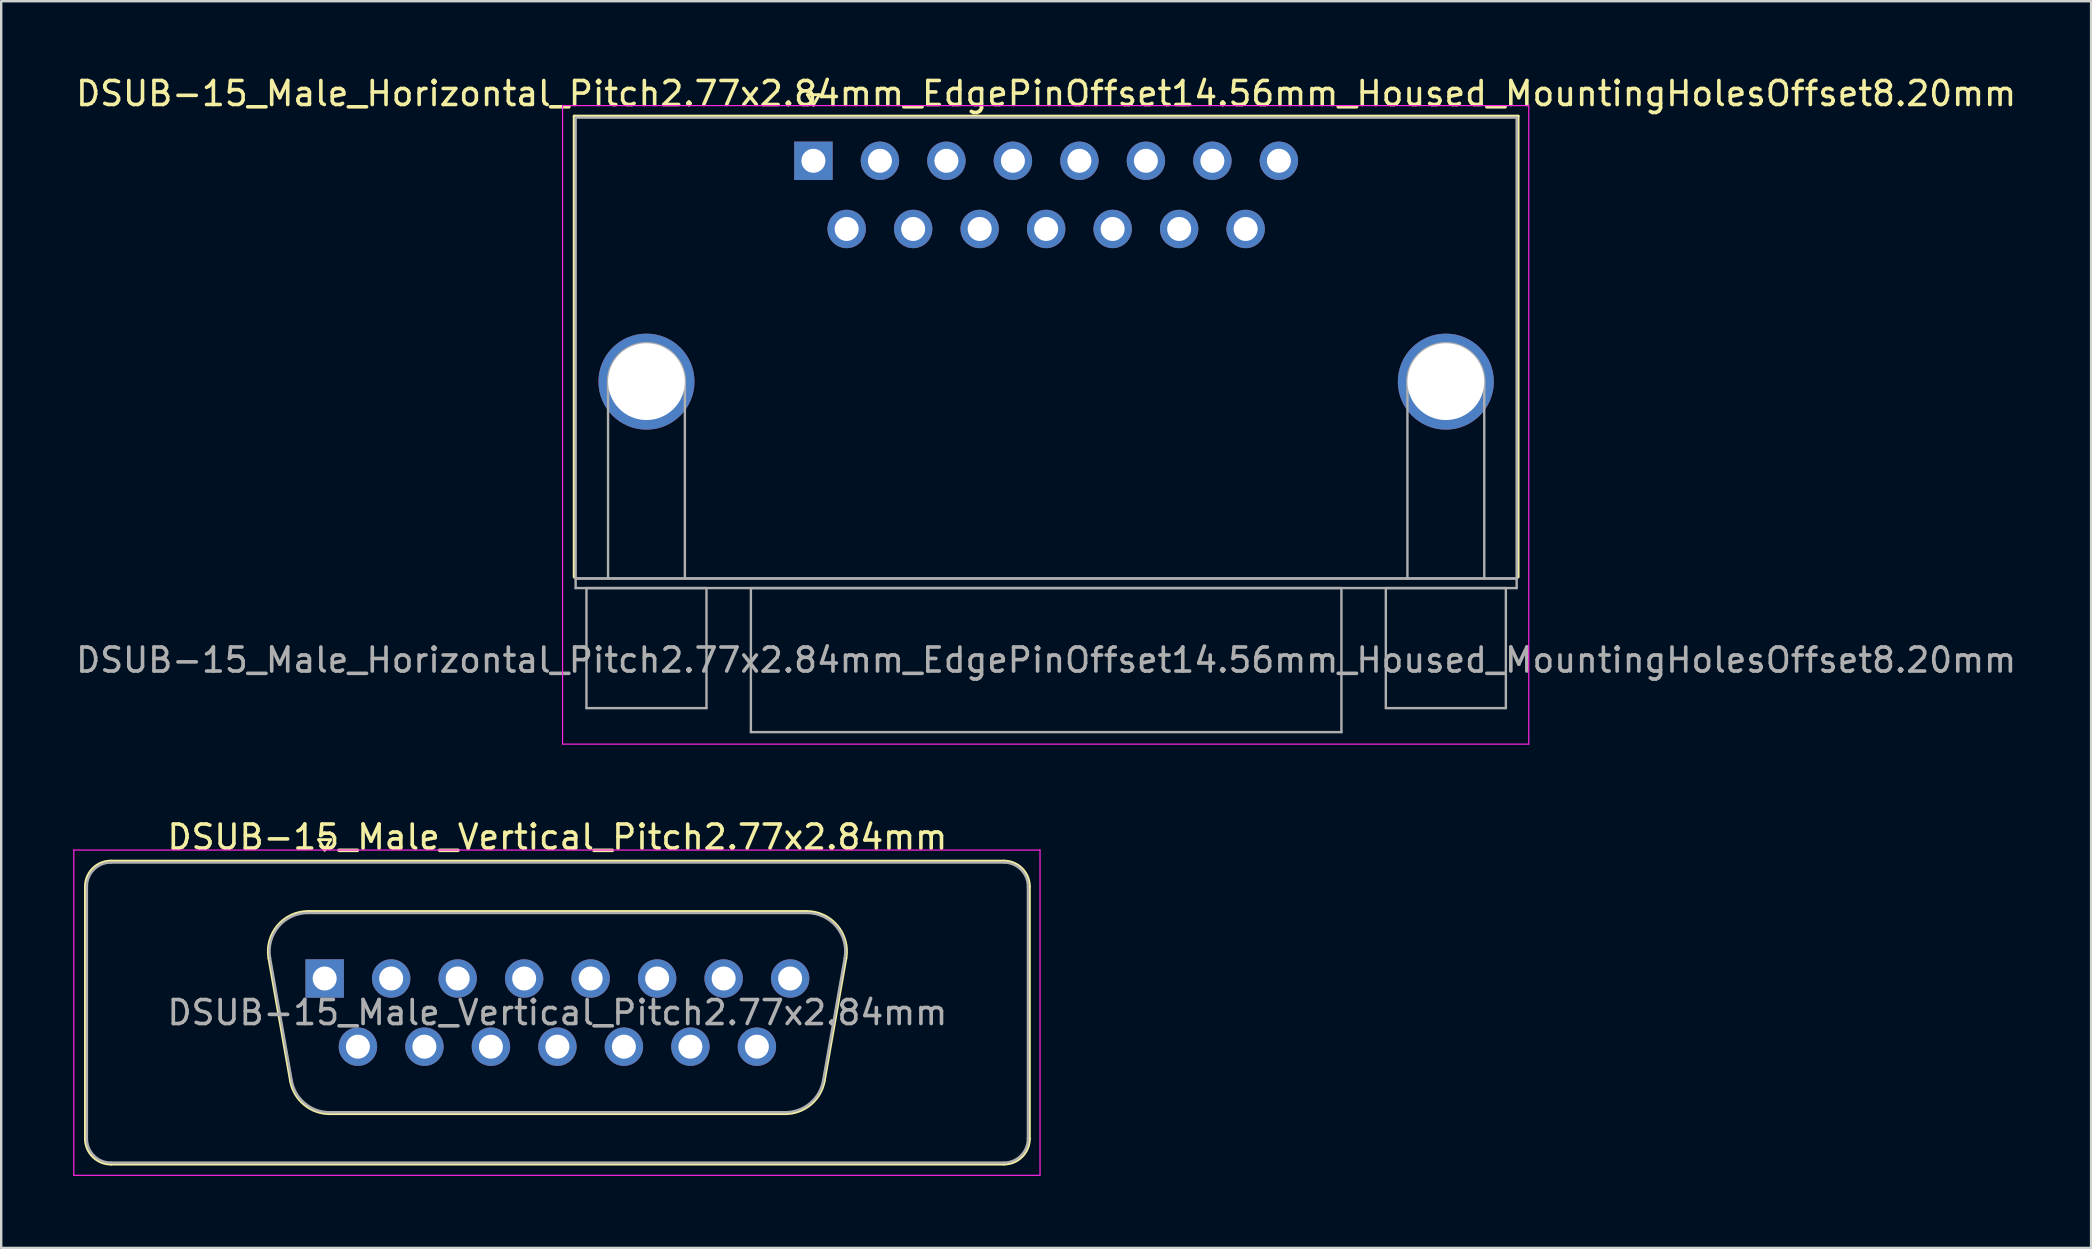
<source format=kicad_pcb>
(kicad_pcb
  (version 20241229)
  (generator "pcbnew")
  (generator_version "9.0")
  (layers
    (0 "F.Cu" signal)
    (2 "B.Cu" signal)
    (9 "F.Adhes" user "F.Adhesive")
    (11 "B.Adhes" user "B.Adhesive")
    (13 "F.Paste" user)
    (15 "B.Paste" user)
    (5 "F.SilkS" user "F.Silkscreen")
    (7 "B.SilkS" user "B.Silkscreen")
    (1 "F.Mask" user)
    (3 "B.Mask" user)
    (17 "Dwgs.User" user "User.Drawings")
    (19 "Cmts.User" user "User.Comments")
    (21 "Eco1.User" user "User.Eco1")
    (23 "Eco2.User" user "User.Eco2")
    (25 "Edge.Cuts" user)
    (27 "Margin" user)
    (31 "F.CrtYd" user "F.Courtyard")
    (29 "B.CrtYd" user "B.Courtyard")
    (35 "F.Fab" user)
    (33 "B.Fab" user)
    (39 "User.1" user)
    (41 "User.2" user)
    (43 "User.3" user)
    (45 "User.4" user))
  (footprint "DSUB-15_Male_Vertical_Pitch2.77x2.84mm"
    (layer "F.Cu")
    (at 10.475 37.712)
    (property "Reference" "DSUB-15_Male_Vertical_Pitch2.77x2.84mm" (at 9.695 -5.89 0) (layer "F.SilkS") (effects (font (size 1 1) (thickness 0.15))))
    (attr through_hole)
    (fp_line (start -9.965 6.67) (end -9.965 -3.83) (stroke (width 0.12) (type solid)) (layer "F.SilkS"))
    (fp_line (start -8.905 -4.89) (end 28.295 -4.89) (stroke (width 0.12) (type solid)) (layer "F.SilkS"))
    (fp_line (start -2.321 -0.842) (end -1.422 4.258) (stroke (width 0.12) (type solid)) (layer "F.SilkS"))
    (fp_line (start -0.687 -2.79) (end 20.077 -2.79) (stroke (width 0.12) (type solid)) (layer "F.SilkS"))
    (fp_line (start -0.25 -5.784) (end 0.25 -5.784) (stroke (width 0.12) (type solid)) (layer "F.SilkS"))
    (fp_line (start 0 -5.351) (end -0.25 -5.784) (stroke (width 0.12) (type solid)) (layer "F.SilkS"))
    (fp_line (start 0.213 5.63) (end 19.177 5.63) (stroke (width 0.12) (type solid)) (layer "F.SilkS"))
    (fp_line (start 0.25 -5.784) (end 0 -5.351) (stroke (width 0.12) (type solid)) (layer "F.SilkS"))
    (fp_line (start 21.711 -0.842) (end 20.812 4.258) (stroke (width 0.12) (type solid)) (layer "F.SilkS"))
    (fp_line (start 28.295 7.73) (end -8.905 7.73) (stroke (width 0.12) (type solid)) (layer "F.SilkS"))
    (fp_line (start 29.355 -3.83) (end 29.355 6.67) (stroke (width 0.12) (type solid)) (layer "F.SilkS"))
    (fp_arc (start -9.965 -3.83) (mid -9.654533 -4.579533) (end -8.905 -4.89) (stroke (width 0.12) (type solid)) (layer "F.SilkS"))
    (fp_arc (start -8.905 7.73) (mid -9.654533 7.419533) (end -9.965 6.67) (stroke (width 0.12) (type solid)) (layer "F.SilkS"))
    (fp_arc (start -2.32147 -0.841744) (mid -1.958323 -2.197028) (end -0.686689 -2.79) (stroke (width 0.12) (type solid)) (layer "F.SilkS"))
    (fp_arc (start 0.212579 5.63) (mid -0.854448 5.241634) (end -1.422202 4.258256) (stroke (width 0.12) (type solid)) (layer "F.SilkS"))
    (fp_arc (start 20.076689 -2.79) (mid 21.348323 -2.197027) (end 21.71147 -0.841744) (stroke (width 0.12) (type solid)) (layer "F.SilkS"))
    (fp_arc (start 20.812202 4.258256) (mid 20.244449 5.241634) (end 19.177421 5.63) (stroke (width 0.12) (type solid)) (layer "F.SilkS"))
    (fp_arc (start 28.295 -4.89) (mid 29.044533 -4.579533) (end 29.355 -3.83) (stroke (width 0.12) (type solid)) (layer "F.SilkS"))
    (fp_arc (start 29.355 6.67) (mid 29.044533 7.419533) (end 28.295 7.73) (stroke (width 0.12) (type solid)) (layer "F.SilkS"))
    (fp_line (start -10.45 -5.35) (end -10.45 8.2) (stroke (width 0.05) (type solid)) (layer "F.CrtYd"))
    (fp_line (start -10.45 8.2) (end 29.8 8.2) (stroke (width 0.05) (type solid)) (layer "F.CrtYd"))
    (fp_line (start 29.8 -5.35) (end -10.45 -5.35) (stroke (width 0.05) (type solid)) (layer "F.CrtYd"))
    (fp_line (start 29.8 8.2) (end 29.8 -5.35) (stroke (width 0.05) (type solid)) (layer "F.CrtYd"))
    (fp_line (start -9.905 6.67) (end -9.905 -3.83) (stroke (width 0.1) (type solid)) (layer "F.Fab"))
    (fp_line (start -8.905 -4.83) (end 28.295 -4.83) (stroke (width 0.1) (type solid)) (layer "F.Fab"))
    (fp_line (start -2.274 -0.852) (end -1.375 4.248) (stroke (width 0.1) (type solid)) (layer "F.Fab"))
    (fp_line (start -0.698 -2.73) (end 20.088 -2.73) (stroke (width 0.1) (type solid)) (layer "F.Fab"))
    (fp_line (start 0.201 5.57) (end 19.189 5.57) (stroke (width 0.1) (type solid)) (layer "F.Fab"))
    (fp_line (start 21.664 -0.852) (end 20.765 4.248) (stroke (width 0.1) (type solid)) (layer "F.Fab"))
    (fp_line (start 28.295 7.67) (end -8.905 7.67) (stroke (width 0.1) (type solid)) (layer "F.Fab"))
    (fp_line (start 29.295 -3.83) (end 29.295 6.67) (stroke (width 0.1) (type solid)) (layer "F.Fab"))
    (fp_arc (start -9.905 -3.83) (mid -9.612107 -4.537107) (end -8.905 -4.83) (stroke (width 0.1) (type solid)) (layer "F.Fab"))
    (fp_arc (start -8.905 7.67) (mid -9.612107 7.377107) (end -9.905 6.67) (stroke (width 0.1) (type solid)) (layer "F.Fab"))
    (fp_arc (start -2.273886 -0.852163) (mid -1.923865 -2.15846) (end -0.698194 -2.73) (stroke (width 0.1) (type solid)) (layer "F.Fab"))
    (fp_arc (start 0.201073 5.57) (mid -0.827387 5.195671) (end -1.374619 4.247837) (stroke (width 0.1) (type solid)) (layer "F.Fab"))
    (fp_arc (start 20.088194 -2.73) (mid 21.313865 -2.15846) (end 21.663886 -0.852163) (stroke (width 0.1) (type solid)) (layer "F.Fab"))
    (fp_arc (start 20.764619 4.247837) (mid 20.217387 5.195671) (end 19.188927 5.57) (stroke (width 0.1) (type solid)) (layer "F.Fab"))
    (fp_arc (start 28.295 -4.83) (mid 29.002107 -4.537107) (end 29.295 -3.83) (stroke (width 0.1) (type solid)) (layer "F.Fab"))
    (fp_arc (start 29.295 6.67) (mid 29.002107 7.377107) (end 28.295 7.67) (stroke (width 0.1) (type solid)) (layer "F.Fab"))
    (fp_text user "${REFERENCE}" (at 9.695 1.42 0) (layer "F.Fab") (effects (font (size 1 1) (thickness 0.15))))
    (pad "1" thru_hole rect (at 0 0) (size 1.6 1.6) (drill 1) (layers "*.Cu" "*.Mask"))
    (pad "2" thru_hole circle (at 2.77 0) (size 1.6 1.6) (drill 1) (layers "*.Cu" "*.Mask"))
    (pad "3" thru_hole circle (at 5.54 0) (size 1.6 1.6) (drill 1) (layers "*.Cu" "*.Mask"))
    (pad "4" thru_hole circle (at 8.31 0) (size 1.6 1.6) (drill 1) (layers "*.Cu" "*.Mask"))
    (pad "5" thru_hole circle (at 11.08 0) (size 1.6 1.6) (drill 1) (layers "*.Cu" "*.Mask"))
    (pad "6" thru_hole circle (at 13.85 0) (size 1.6 1.6) (drill 1) (layers "*.Cu" "*.Mask"))
    (pad "7" thru_hole circle (at 16.62 0) (size 1.6 1.6) (drill 1) (layers "*.Cu" "*.Mask"))
    (pad "8" thru_hole circle (at 19.39 0) (size 1.6 1.6) (drill 1) (layers "*.Cu" "*.Mask"))
    (pad "9" thru_hole circle (at 1.385 2.84) (size 1.6 1.6) (drill 1) (layers "*.Cu" "*.Mask"))
    (pad "10" thru_hole circle (at 4.155 2.84) (size 1.6 1.6) (drill 1) (layers "*.Cu" "*.Mask"))
    (pad "11" thru_hole circle (at 6.925 2.84) (size 1.6 1.6) (drill 1) (layers "*.Cu" "*.Mask"))
    (pad "12" thru_hole circle (at 9.695 2.84) (size 1.6 1.6) (drill 1) (layers "*.Cu" "*.Mask"))
    (pad "13" thru_hole circle (at 12.465 2.84) (size 1.6 1.6) (drill 1) (layers "*.Cu" "*.Mask"))
    (pad "14" thru_hole circle (at 15.235 2.84) (size 1.6 1.6) (drill 1) (layers "*.Cu" "*.Mask"))
    (pad "15" thru_hole circle (at 18.005 2.84) (size 1.6 1.6) (drill 1) (layers "*.Cu" "*.Mask")))
  (footprint "DSUB-15_Male_Horizontal_Pitch2.77x2.84mm_EdgePinOffset14.56mm_Housed_MountingHolesOffset8.20mm"
    (layer "F.Cu")
    (at 30.835 3.648)
    (property "Reference" "DSUB-15_Male_Horizontal_Pitch2.77x2.84mm_EdgePinOffset14.56mm_Housed_MountingHolesOffset8.20mm" (at 9.695 -2.8 0) (layer "F.SilkS") (effects (font (size 1 1) (thickness 0.15))))
    (attr through_hole)
    (fp_line (start -9.965 -1.86) (end 29.355 -1.86) (stroke (width 0.12) (type solid)) (layer "F.SilkS"))
    (fp_line (start -9.965 17.34) (end -9.965 -1.86) (stroke (width 0.12) (type solid)) (layer "F.SilkS"))
    (fp_line (start -0.25 -2.754) (end 0.25 -2.754) (stroke (width 0.12) (type solid)) (layer "F.SilkS"))
    (fp_line (start 0 -2.321) (end -0.25 -2.754) (stroke (width 0.12) (type solid)) (layer "F.SilkS"))
    (fp_line (start 0.25 -2.754) (end 0 -2.321) (stroke (width 0.12) (type solid)) (layer "F.SilkS"))
    (fp_line (start 29.355 -1.86) (end 29.355 17.34) (stroke (width 0.12) (type solid)) (layer "F.SilkS"))
    (fp_line (start -10.45 -2.3) (end -10.45 24.3) (stroke (width 0.05) (type solid)) (layer "F.CrtYd"))
    (fp_line (start -10.45 24.3) (end 29.8 24.3) (stroke (width 0.05) (type solid)) (layer "F.CrtYd"))
    (fp_line (start 29.8 -2.3) (end -10.45 -2.3) (stroke (width 0.05) (type solid)) (layer "F.CrtYd"))
    (fp_line (start 29.8 24.3) (end 29.8 -2.3) (stroke (width 0.05) (type solid)) (layer "F.CrtYd"))
    (fp_line (start -9.905 -1.8) (end -9.905 17.4) (stroke (width 0.1) (type solid)) (layer "F.Fab"))
    (fp_line (start -9.905 17.4) (end -9.905 17.8) (stroke (width 0.1) (type solid)) (layer "F.Fab"))
    (fp_line (start -9.905 17.4) (end 29.295 17.4) (stroke (width 0.1) (type solid)) (layer "F.Fab"))
    (fp_line (start -9.905 17.8) (end 29.295 17.8) (stroke (width 0.1) (type solid)) (layer "F.Fab"))
    (fp_line (start -9.455 17.8) (end -9.455 22.8) (stroke (width 0.1) (type solid)) (layer "F.Fab"))
    (fp_line (start -9.455 22.8) (end -4.455 22.8) (stroke (width 0.1) (type solid)) (layer "F.Fab"))
    (fp_line (start -8.555 17.4) (end -8.555 9.2) (stroke (width 0.1) (type solid)) (layer "F.Fab"))
    (fp_line (start -5.355 17.4) (end -5.355 9.2) (stroke (width 0.1) (type solid)) (layer "F.Fab"))
    (fp_line (start -4.455 17.8) (end -9.455 17.8) (stroke (width 0.1) (type solid)) (layer "F.Fab"))
    (fp_line (start -4.455 22.8) (end -4.455 17.8) (stroke (width 0.1) (type solid)) (layer "F.Fab"))
    (fp_line (start -2.605 17.8) (end -2.605 23.8) (stroke (width 0.1) (type solid)) (layer "F.Fab"))
    (fp_line (start -2.605 23.8) (end 21.995 23.8) (stroke (width 0.1) (type solid)) (layer "F.Fab"))
    (fp_line (start 21.995 17.8) (end -2.605 17.8) (stroke (width 0.1) (type solid)) (layer "F.Fab"))
    (fp_line (start 21.995 23.8) (end 21.995 17.8) (stroke (width 0.1) (type solid)) (layer "F.Fab"))
    (fp_line (start 23.845 17.8) (end 23.845 22.8) (stroke (width 0.1) (type solid)) (layer "F.Fab"))
    (fp_line (start 23.845 22.8) (end 28.845 22.8) (stroke (width 0.1) (type solid)) (layer "F.Fab"))
    (fp_line (start 24.745 17.4) (end 24.745 9.2) (stroke (width 0.1) (type solid)) (layer "F.Fab"))
    (fp_line (start 27.945 17.4) (end 27.945 9.2) (stroke (width 0.1) (type solid)) (layer "F.Fab"))
    (fp_line (start 28.845 17.8) (end 23.845 17.8) (stroke (width 0.1) (type solid)) (layer "F.Fab"))
    (fp_line (start 28.845 22.8) (end 28.845 17.8) (stroke (width 0.1) (type solid)) (layer "F.Fab"))
    (fp_line (start 29.295 -1.8) (end -9.905 -1.8) (stroke (width 0.1) (type solid)) (layer "F.Fab"))
    (fp_line (start 29.295 17.4) (end -9.905 17.4) (stroke (width 0.1) (type solid)) (layer "F.Fab"))
    (fp_line (start 29.295 17.4) (end 29.295 -1.8) (stroke (width 0.1) (type solid)) (layer "F.Fab"))
    (fp_line (start 29.295 17.8) (end 29.295 17.4) (stroke (width 0.1) (type solid)) (layer "F.Fab"))
    (fp_arc (start -8.555 9.2) (mid -6.955 7.6) (end -5.355 9.2) (stroke (width 0.1) (type solid)) (layer "F.Fab"))
    (fp_arc (start 24.745 9.2) (mid 26.345 7.6) (end 27.945 9.2) (stroke (width 0.1) (type solid)) (layer "F.Fab"))
    (fp_text user "${REFERENCE}" (at 9.695 20.8 0) (layer "F.Fab") (effects (font (size 1 1) (thickness 0.15))))
    (pad "0" thru_hole circle (at -6.955 9.2) (size 4 4) (drill 3.2) (layers "*.Cu" "*.Mask"))
    (pad "0" thru_hole circle (at 26.345 9.2) (size 4 4) (drill 3.2) (layers "*.Cu" "*.Mask"))
    (pad "1" thru_hole rect (at 0 0) (size 1.6 1.6) (drill 1) (layers "*.Cu" "*.Mask"))
    (pad "2" thru_hole circle (at 2.77 0) (size 1.6 1.6) (drill 1) (layers "*.Cu" "*.Mask"))
    (pad "3" thru_hole circle (at 5.54 0) (size 1.6 1.6) (drill 1) (layers "*.Cu" "*.Mask"))
    (pad "4" thru_hole circle (at 8.31 0) (size 1.6 1.6) (drill 1) (layers "*.Cu" "*.Mask"))
    (pad "5" thru_hole circle (at 11.08 0) (size 1.6 1.6) (drill 1) (layers "*.Cu" "*.Mask"))
    (pad "6" thru_hole circle (at 13.85 0) (size 1.6 1.6) (drill 1) (layers "*.Cu" "*.Mask"))
    (pad "7" thru_hole circle (at 16.62 0) (size 1.6 1.6) (drill 1) (layers "*.Cu" "*.Mask"))
    (pad "8" thru_hole circle (at 19.39 0) (size 1.6 1.6) (drill 1) (layers "*.Cu" "*.Mask"))
    (pad "9" thru_hole circle (at 1.385 2.84) (size 1.6 1.6) (drill 1) (layers "*.Cu" "*.Mask"))
    (pad "10" thru_hole circle (at 4.155 2.84) (size 1.6 1.6) (drill 1) (layers "*.Cu" "*.Mask"))
    (pad "11" thru_hole circle (at 6.925 2.84) (size 1.6 1.6) (drill 1) (layers "*.Cu" "*.Mask"))
    (pad "12" thru_hole circle (at 9.695 2.84) (size 1.6 1.6) (drill 1) (layers "*.Cu" "*.Mask"))
    (pad "13" thru_hole circle (at 12.465 2.84) (size 1.6 1.6) (drill 1) (layers "*.Cu" "*.Mask"))
    (pad "14" thru_hole circle (at 15.235 2.84) (size 1.6 1.6) (drill 1) (layers "*.Cu" "*.Mask"))
    (pad "15" thru_hole circle (at 18.005 2.84) (size 1.6 1.6) (drill 1) (layers "*.Cu" "*.Mask")))
  (gr_rect
    (start -3 -3)
    (end 84.06 48.937)
    (stroke (width 0.1) (type default))
    (fill no)
    (layer "Edge.Cuts")))
</source>
